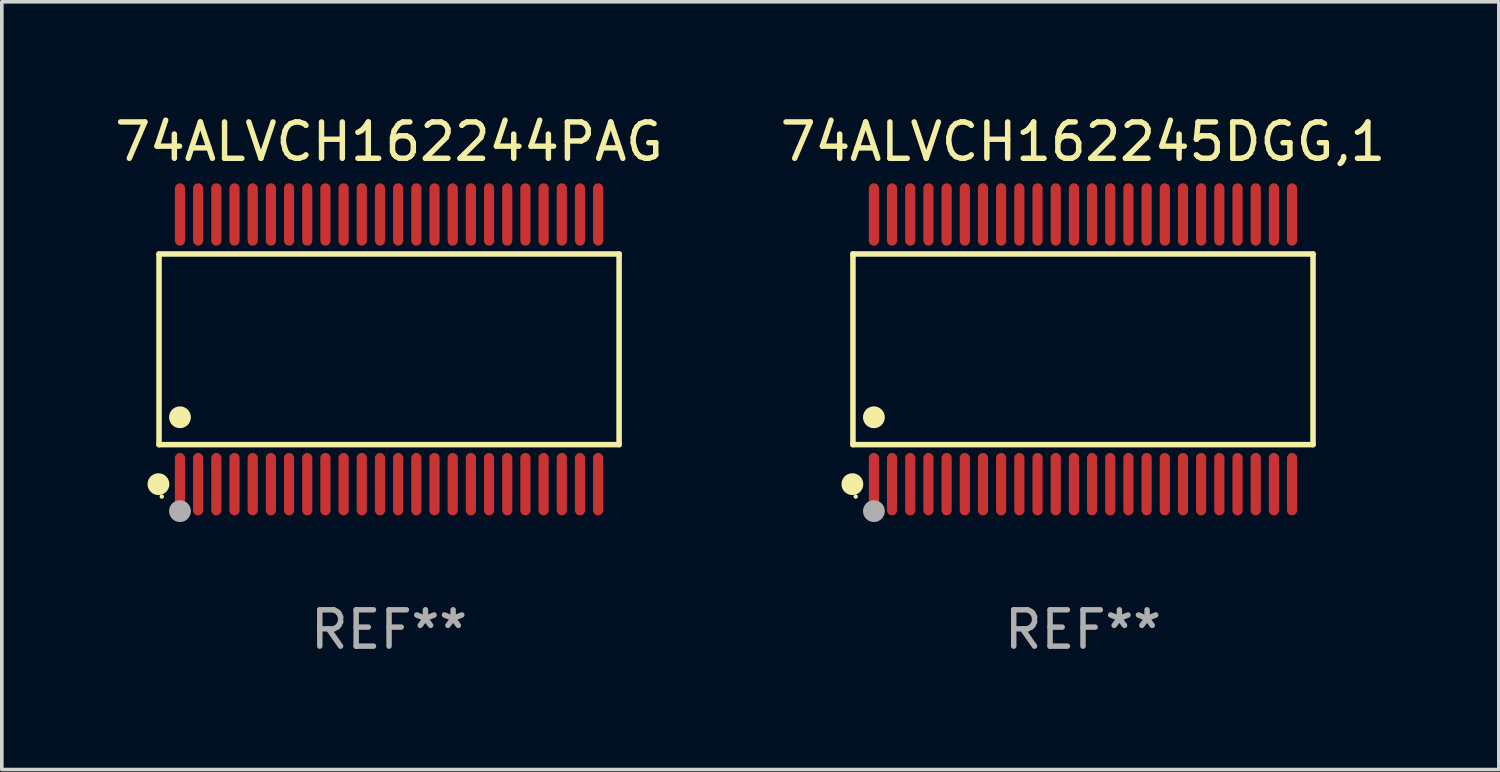
<source format=kicad_pcb>
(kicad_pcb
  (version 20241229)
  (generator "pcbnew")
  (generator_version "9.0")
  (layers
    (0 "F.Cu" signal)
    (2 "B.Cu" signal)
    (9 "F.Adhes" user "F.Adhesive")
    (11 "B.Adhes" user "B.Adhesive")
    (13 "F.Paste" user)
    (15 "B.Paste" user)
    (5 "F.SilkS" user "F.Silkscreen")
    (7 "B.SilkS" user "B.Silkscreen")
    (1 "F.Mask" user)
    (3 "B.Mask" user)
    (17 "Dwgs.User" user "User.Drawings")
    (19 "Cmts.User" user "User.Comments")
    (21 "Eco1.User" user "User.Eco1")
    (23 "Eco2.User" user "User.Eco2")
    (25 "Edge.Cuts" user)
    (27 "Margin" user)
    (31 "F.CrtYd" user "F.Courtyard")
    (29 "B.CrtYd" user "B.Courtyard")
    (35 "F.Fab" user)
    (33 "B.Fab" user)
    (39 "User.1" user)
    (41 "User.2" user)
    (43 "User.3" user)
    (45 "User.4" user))
  (footprint "74ALVCH162245DGG,1"
    (layer "F.Cu")
    (at 26.732 6.556)
    (property "Reference" "74ALVCH162245DGG,1" (at 0 -5.708 0) (layer "F.SilkS") (effects (font (size 1 1) (thickness 0.15))))
    (attr through_hole)
    (fp_line (start -6.326 -2.622) (end 6.326 -2.622) (stroke (width 0.152) (type solid)) (layer "F.SilkS"))
    (fp_line (start -6.326 2.621) (end -6.326 -2.622) (stroke (width 0.152) (type solid)) (layer "F.SilkS"))
    (fp_line (start 6.326 -2.622) (end 6.326 2.621) (stroke (width 0.152) (type solid)) (layer "F.SilkS"))
    (fp_line (start 6.326 2.621) (end -6.326 2.621) (stroke (width 0.152) (type solid)) (layer "F.SilkS"))
    (fp_circle (center -6.342 3.708) (end -6.192 3.708) (stroke (width 0.3) (type solid)) (fill no) (layer "F.SilkS"))
    (fp_circle (center -6.25 4.05) (end -6.22 4.05) (stroke (width 0.06) (type solid)) (fill no) (layer "F.SilkS"))
    (fp_circle (center -5.75 1.869) (end -5.6 1.869) (stroke (width 0.3) (type solid)) (fill no) (layer "F.SilkS"))
    (fp_circle (center -5.75 4.45) (end -5.6 4.45) (stroke (width 0.3) (type solid)) (fill no) (layer "F.Fab"))
    (fp_text user "REF**" (at 0 7.708 0) (layer "F.Fab") (effects (font (size 1 1) (thickness 0.15))))
    (pad "1" smd oval (at -5.75 3.708) (size 0.28 1.715) (layers "F.Cu" "F.Mask" "F.Paste"))
    (pad "2" smd oval (at -5.25 3.708) (size 0.28 1.715) (layers "F.Cu" "F.Mask" "F.Paste"))
    (pad "3" smd oval (at -4.75 3.708) (size 0.28 1.715) (layers "F.Cu" "F.Mask" "F.Paste"))
    (pad "4" smd oval (at -4.25 3.708) (size 0.28 1.715) (layers "F.Cu" "F.Mask" "F.Paste"))
    (pad "5" smd oval (at -3.75 3.708) (size 0.28 1.715) (layers "F.Cu" "F.Mask" "F.Paste"))
    (pad "6" smd oval (at -3.25 3.708) (size 0.28 1.715) (layers "F.Cu" "F.Mask" "F.Paste"))
    (pad "7" smd oval (at -2.75 3.708) (size 0.28 1.715) (layers "F.Cu" "F.Mask" "F.Paste"))
    (pad "8" smd oval (at -2.25 3.708) (size 0.28 1.715) (layers "F.Cu" "F.Mask" "F.Paste"))
    (pad "9" smd oval (at -1.75 3.708) (size 0.28 1.715) (layers "F.Cu" "F.Mask" "F.Paste"))
    (pad "10" smd oval (at -1.25 3.708) (size 0.28 1.715) (layers "F.Cu" "F.Mask" "F.Paste"))
    (pad "11" smd oval (at -0.75 3.708) (size 0.28 1.715) (layers "F.Cu" "F.Mask" "F.Paste"))
    (pad "12" smd oval (at -0.25 3.708) (size 0.28 1.715) (layers "F.Cu" "F.Mask" "F.Paste"))
    (pad "13" smd oval (at 0.25 3.708) (size 0.28 1.715) (layers "F.Cu" "F.Mask" "F.Paste"))
    (pad "14" smd oval (at 0.75 3.708) (size 0.28 1.715) (layers "F.Cu" "F.Mask" "F.Paste"))
    (pad "15" smd oval (at 1.25 3.708) (size 0.28 1.715) (layers "F.Cu" "F.Mask" "F.Paste"))
    (pad "16" smd oval (at 1.75 3.708) (size 0.28 1.715) (layers "F.Cu" "F.Mask" "F.Paste"))
    (pad "17" smd oval (at 2.25 3.708) (size 0.28 1.715) (layers "F.Cu" "F.Mask" "F.Paste"))
    (pad "18" smd oval (at 2.75 3.708) (size 0.28 1.715) (layers "F.Cu" "F.Mask" "F.Paste"))
    (pad "19" smd oval (at 3.25 3.708) (size 0.28 1.715) (layers "F.Cu" "F.Mask" "F.Paste"))
    (pad "20" smd oval (at 3.75 3.708) (size 0.28 1.715) (layers "F.Cu" "F.Mask" "F.Paste"))
    (pad "21" smd oval (at 4.25 3.708) (size 0.28 1.715) (layers "F.Cu" "F.Mask" "F.Paste"))
    (pad "22" smd oval (at 4.75 3.708) (size 0.28 1.715) (layers "F.Cu" "F.Mask" "F.Paste"))
    (pad "23" smd oval (at 5.25 3.708) (size 0.28 1.715) (layers "F.Cu" "F.Mask" "F.Paste"))
    (pad "24" smd oval (at 5.75 3.708) (size 0.28 1.715) (layers "F.Cu" "F.Mask" "F.Paste"))
    (pad "25" smd oval (at 5.75 -3.708) (size 0.28 1.715) (layers "F.Cu" "F.Mask" "F.Paste"))
    (pad "26" smd oval (at 5.25 -3.708) (size 0.28 1.715) (layers "F.Cu" "F.Mask" "F.Paste"))
    (pad "27" smd oval (at 4.75 -3.708) (size 0.28 1.715) (layers "F.Cu" "F.Mask" "F.Paste"))
    (pad "28" smd oval (at 4.25 -3.708) (size 0.28 1.715) (layers "F.Cu" "F.Mask" "F.Paste"))
    (pad "29" smd oval (at 3.75 -3.708) (size 0.28 1.715) (layers "F.Cu" "F.Mask" "F.Paste"))
    (pad "30" smd oval (at 3.25 -3.708) (size 0.28 1.715) (layers "F.Cu" "F.Mask" "F.Paste"))
    (pad "31" smd oval (at 2.75 -3.708) (size 0.28 1.715) (layers "F.Cu" "F.Mask" "F.Paste"))
    (pad "32" smd oval (at 2.25 -3.708) (size 0.28 1.715) (layers "F.Cu" "F.Mask" "F.Paste"))
    (pad "33" smd oval (at 1.75 -3.708) (size 0.28 1.715) (layers "F.Cu" "F.Mask" "F.Paste"))
    (pad "34" smd oval (at 1.25 -3.708) (size 0.28 1.715) (layers "F.Cu" "F.Mask" "F.Paste"))
    (pad "35" smd oval (at 0.75 -3.708) (size 0.28 1.715) (layers "F.Cu" "F.Mask" "F.Paste"))
    (pad "36" smd oval (at 0.25 -3.708) (size 0.28 1.715) (layers "F.Cu" "F.Mask" "F.Paste"))
    (pad "37" smd oval (at -0.25 -3.708) (size 0.28 1.715) (layers "F.Cu" "F.Mask" "F.Paste"))
    (pad "38" smd oval (at -0.75 -3.708) (size 0.28 1.715) (layers "F.Cu" "F.Mask" "F.Paste"))
    (pad "39" smd oval (at -1.25 -3.708) (size 0.28 1.715) (layers "F.Cu" "F.Mask" "F.Paste"))
    (pad "40" smd oval (at -1.75 -3.708) (size 0.28 1.715) (layers "F.Cu" "F.Mask" "F.Paste"))
    (pad "41" smd oval (at -2.25 -3.708) (size 0.28 1.715) (layers "F.Cu" "F.Mask" "F.Paste"))
    (pad "42" smd oval (at -2.75 -3.708) (size 0.28 1.715) (layers "F.Cu" "F.Mask" "F.Paste"))
    (pad "43" smd oval (at -3.25 -3.708) (size 0.28 1.715) (layers "F.Cu" "F.Mask" "F.Paste"))
    (pad "44" smd oval (at -3.75 -3.708) (size 0.28 1.715) (layers "F.Cu" "F.Mask" "F.Paste"))
    (pad "45" smd oval (at -4.25 -3.708) (size 0.28 1.715) (layers "F.Cu" "F.Mask" "F.Paste"))
    (pad "46" smd oval (at -4.75 -3.708) (size 0.28 1.715) (layers "F.Cu" "F.Mask" "F.Paste"))
    (pad "47" smd oval (at -5.25 -3.708) (size 0.28 1.715) (layers "F.Cu" "F.Mask" "F.Paste"))
    (pad "48" smd oval (at -5.75 -3.708) (size 0.28 1.715) (layers "F.Cu" "F.Mask" "F.Paste")))
  (footprint "74ALVCH162244PAG"
    (layer "F.Cu")
    (at 7.649 6.556)
    (property "Reference" "74ALVCH162244PAG" (at 0 -5.708 0) (layer "F.SilkS") (effects (font (size 1 1) (thickness 0.15))))
    (attr through_hole)
    (fp_line (start -6.326 -2.622) (end 6.326 -2.622) (stroke (width 0.152) (type solid)) (layer "F.SilkS"))
    (fp_line (start -6.326 2.621) (end -6.326 -2.622) (stroke (width 0.152) (type solid)) (layer "F.SilkS"))
    (fp_line (start 6.326 -2.622) (end 6.326 2.621) (stroke (width 0.152) (type solid)) (layer "F.SilkS"))
    (fp_line (start 6.326 2.621) (end -6.326 2.621) (stroke (width 0.152) (type solid)) (layer "F.SilkS"))
    (fp_circle (center -6.342 3.708) (end -6.192 3.708) (stroke (width 0.3) (type solid)) (fill no) (layer "F.SilkS"))
    (fp_circle (center -6.25 4.05) (end -6.22 4.05) (stroke (width 0.06) (type solid)) (fill no) (layer "F.SilkS"))
    (fp_circle (center -5.75 1.869) (end -5.6 1.869) (stroke (width 0.3) (type solid)) (fill no) (layer "F.SilkS"))
    (fp_circle (center -5.75 4.45) (end -5.6 4.45) (stroke (width 0.3) (type solid)) (fill no) (layer "F.Fab"))
    (fp_text user "REF**" (at 0 7.708 0) (layer "F.Fab") (effects (font (size 1 1) (thickness 0.15))))
    (pad "1" smd oval (at -5.75 3.708) (size 0.28 1.715) (layers "F.Cu" "F.Mask" "F.Paste"))
    (pad "2" smd oval (at -5.25 3.708) (size 0.28 1.715) (layers "F.Cu" "F.Mask" "F.Paste"))
    (pad "3" smd oval (at -4.75 3.708) (size 0.28 1.715) (layers "F.Cu" "F.Mask" "F.Paste"))
    (pad "4" smd oval (at -4.25 3.708) (size 0.28 1.715) (layers "F.Cu" "F.Mask" "F.Paste"))
    (pad "5" smd oval (at -3.75 3.708) (size 0.28 1.715) (layers "F.Cu" "F.Mask" "F.Paste"))
    (pad "6" smd oval (at -3.25 3.708) (size 0.28 1.715) (layers "F.Cu" "F.Mask" "F.Paste"))
    (pad "7" smd oval (at -2.75 3.708) (size 0.28 1.715) (layers "F.Cu" "F.Mask" "F.Paste"))
    (pad "8" smd oval (at -2.25 3.708) (size 0.28 1.715) (layers "F.Cu" "F.Mask" "F.Paste"))
    (pad "9" smd oval (at -1.75 3.708) (size 0.28 1.715) (layers "F.Cu" "F.Mask" "F.Paste"))
    (pad "10" smd oval (at -1.25 3.708) (size 0.28 1.715) (layers "F.Cu" "F.Mask" "F.Paste"))
    (pad "11" smd oval (at -0.75 3.708) (size 0.28 1.715) (layers "F.Cu" "F.Mask" "F.Paste"))
    (pad "12" smd oval (at -0.25 3.708) (size 0.28 1.715) (layers "F.Cu" "F.Mask" "F.Paste"))
    (pad "13" smd oval (at 0.25 3.708) (size 0.28 1.715) (layers "F.Cu" "F.Mask" "F.Paste"))
    (pad "14" smd oval (at 0.75 3.708) (size 0.28 1.715) (layers "F.Cu" "F.Mask" "F.Paste"))
    (pad "15" smd oval (at 1.25 3.708) (size 0.28 1.715) (layers "F.Cu" "F.Mask" "F.Paste"))
    (pad "16" smd oval (at 1.75 3.708) (size 0.28 1.715) (layers "F.Cu" "F.Mask" "F.Paste"))
    (pad "17" smd oval (at 2.25 3.708) (size 0.28 1.715) (layers "F.Cu" "F.Mask" "F.Paste"))
    (pad "18" smd oval (at 2.75 3.708) (size 0.28 1.715) (layers "F.Cu" "F.Mask" "F.Paste"))
    (pad "19" smd oval (at 3.25 3.708) (size 0.28 1.715) (layers "F.Cu" "F.Mask" "F.Paste"))
    (pad "20" smd oval (at 3.75 3.708) (size 0.28 1.715) (layers "F.Cu" "F.Mask" "F.Paste"))
    (pad "21" smd oval (at 4.25 3.708) (size 0.28 1.715) (layers "F.Cu" "F.Mask" "F.Paste"))
    (pad "22" smd oval (at 4.75 3.708) (size 0.28 1.715) (layers "F.Cu" "F.Mask" "F.Paste"))
    (pad "23" smd oval (at 5.25 3.708) (size 0.28 1.715) (layers "F.Cu" "F.Mask" "F.Paste"))
    (pad "24" smd oval (at 5.75 3.708) (size 0.28 1.715) (layers "F.Cu" "F.Mask" "F.Paste"))
    (pad "25" smd oval (at 5.75 -3.708) (size 0.28 1.715) (layers "F.Cu" "F.Mask" "F.Paste"))
    (pad "26" smd oval (at 5.25 -3.708) (size 0.28 1.715) (layers "F.Cu" "F.Mask" "F.Paste"))
    (pad "27" smd oval (at 4.75 -3.708) (size 0.28 1.715) (layers "F.Cu" "F.Mask" "F.Paste"))
    (pad "28" smd oval (at 4.25 -3.708) (size 0.28 1.715) (layers "F.Cu" "F.Mask" "F.Paste"))
    (pad "29" smd oval (at 3.75 -3.708) (size 0.28 1.715) (layers "F.Cu" "F.Mask" "F.Paste"))
    (pad "30" smd oval (at 3.25 -3.708) (size 0.28 1.715) (layers "F.Cu" "F.Mask" "F.Paste"))
    (pad "31" smd oval (at 2.75 -3.708) (size 0.28 1.715) (layers "F.Cu" "F.Mask" "F.Paste"))
    (pad "32" smd oval (at 2.25 -3.708) (size 0.28 1.715) (layers "F.Cu" "F.Mask" "F.Paste"))
    (pad "33" smd oval (at 1.75 -3.708) (size 0.28 1.715) (layers "F.Cu" "F.Mask" "F.Paste"))
    (pad "34" smd oval (at 1.25 -3.708) (size 0.28 1.715) (layers "F.Cu" "F.Mask" "F.Paste"))
    (pad "35" smd oval (at 0.75 -3.708) (size 0.28 1.715) (layers "F.Cu" "F.Mask" "F.Paste"))
    (pad "36" smd oval (at 0.25 -3.708) (size 0.28 1.715) (layers "F.Cu" "F.Mask" "F.Paste"))
    (pad "37" smd oval (at -0.25 -3.708) (size 0.28 1.715) (layers "F.Cu" "F.Mask" "F.Paste"))
    (pad "38" smd oval (at -0.75 -3.708) (size 0.28 1.715) (layers "F.Cu" "F.Mask" "F.Paste"))
    (pad "39" smd oval (at -1.25 -3.708) (size 0.28 1.715) (layers "F.Cu" "F.Mask" "F.Paste"))
    (pad "40" smd oval (at -1.75 -3.708) (size 0.28 1.715) (layers "F.Cu" "F.Mask" "F.Paste"))
    (pad "41" smd oval (at -2.25 -3.708) (size 0.28 1.715) (layers "F.Cu" "F.Mask" "F.Paste"))
    (pad "42" smd oval (at -2.75 -3.708) (size 0.28 1.715) (layers "F.Cu" "F.Mask" "F.Paste"))
    (pad "43" smd oval (at -3.25 -3.708) (size 0.28 1.715) (layers "F.Cu" "F.Mask" "F.Paste"))
    (pad "44" smd oval (at -3.75 -3.708) (size 0.28 1.715) (layers "F.Cu" "F.Mask" "F.Paste"))
    (pad "45" smd oval (at -4.25 -3.708) (size 0.28 1.715) (layers "F.Cu" "F.Mask" "F.Paste"))
    (pad "46" smd oval (at -4.75 -3.708) (size 0.28 1.715) (layers "F.Cu" "F.Mask" "F.Paste"))
    (pad "47" smd oval (at -5.25 -3.708) (size 0.28 1.715) (layers "F.Cu" "F.Mask" "F.Paste"))
    (pad "48" smd oval (at -5.75 -3.708) (size 0.28 1.715) (layers "F.Cu" "F.Mask" "F.Paste")))
  (gr_rect
    (start -3 -3)
    (end 38.167 18.112)
    (stroke (width 0.1) (type default))
    (fill no)
    (layer "Edge.Cuts")))
</source>
